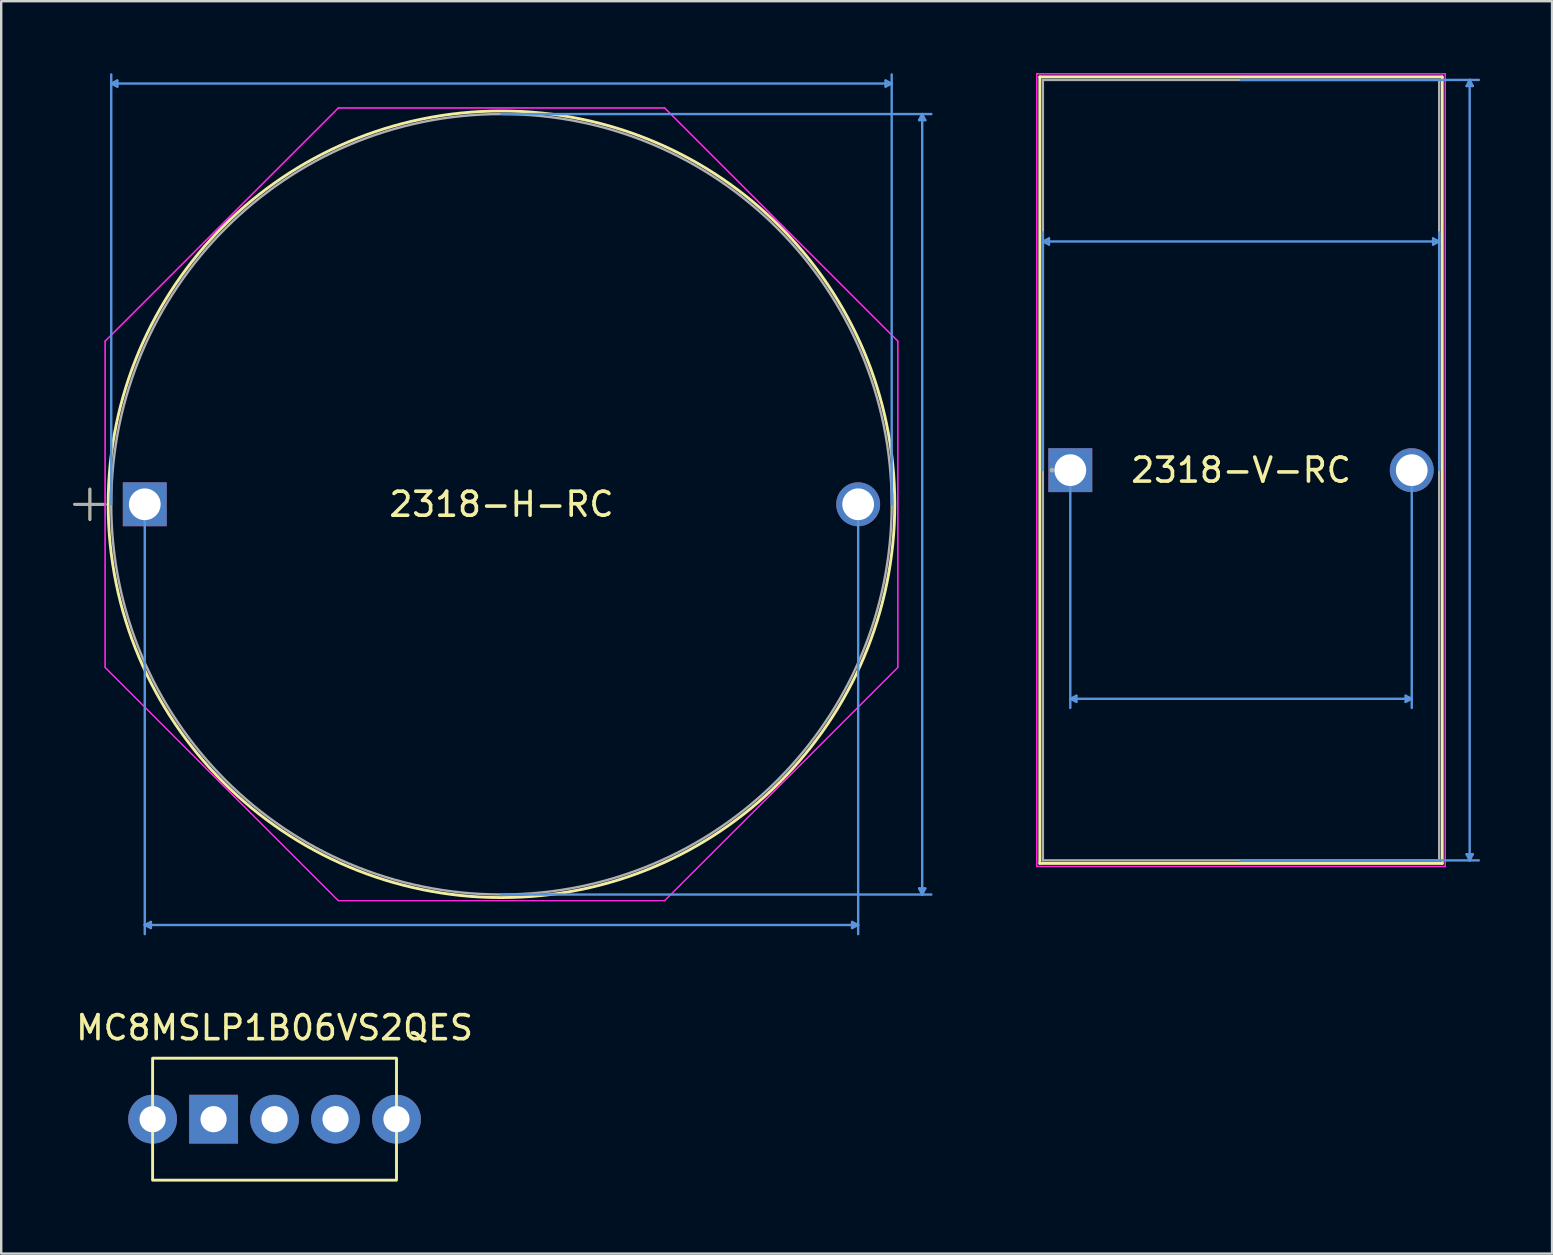
<source format=kicad_pcb>
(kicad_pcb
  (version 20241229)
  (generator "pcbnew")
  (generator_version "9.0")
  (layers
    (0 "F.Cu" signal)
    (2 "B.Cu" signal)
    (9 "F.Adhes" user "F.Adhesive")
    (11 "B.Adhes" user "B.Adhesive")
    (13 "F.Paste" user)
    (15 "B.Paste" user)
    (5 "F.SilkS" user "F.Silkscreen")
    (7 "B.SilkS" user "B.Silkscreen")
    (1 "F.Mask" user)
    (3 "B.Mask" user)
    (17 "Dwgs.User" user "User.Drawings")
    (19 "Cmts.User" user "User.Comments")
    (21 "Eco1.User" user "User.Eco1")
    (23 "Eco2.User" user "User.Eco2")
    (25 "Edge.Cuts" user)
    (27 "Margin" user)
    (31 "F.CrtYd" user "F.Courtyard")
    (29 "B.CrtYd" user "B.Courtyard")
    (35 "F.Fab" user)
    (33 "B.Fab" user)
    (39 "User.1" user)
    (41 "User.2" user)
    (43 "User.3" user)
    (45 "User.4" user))
  (footprint "2318-H-RC"
    (layer "F.Cu")
    (at 2.981 17.957)
    (property "Reference" "2318-H-RC" (at 14.859 0 0) (layer "F.SilkS") (effects (font (size 1 1) (thickness 0.15))))
    (attr through_hole)
    (fp_line (start -2.921 0) (end -1.651 0) (stroke (width 0.12) (type solid)) (layer "F.SilkS"))
    (fp_line (start -2.286 -0.635) (end -2.286 0.635) (stroke (width 0.12) (type solid)) (layer "F.SilkS"))
    (fp_circle (center 14.859 0) (end 31.242 0) (stroke (width 0.12) (type solid)) (fill no) (layer "F.SilkS"))
    (fp_line (start -1.397 -17.526) (end -1.143 -17.653) (stroke (width 0.1) (type solid)) (layer "Cmts.User"))
    (fp_line (start -1.397 -17.526) (end -1.143 -17.399) (stroke (width 0.1) (type solid)) (layer "Cmts.User"))
    (fp_line (start -1.397 -17.526) (end 31.115 -17.526) (stroke (width 0.1) (type solid)) (layer "Cmts.User"))
    (fp_line (start -1.397 0) (end -1.397 -17.907) (stroke (width 0.1) (type solid)) (layer "Cmts.User"))
    (fp_line (start -1.143 -17.653) (end -1.143 -17.399) (stroke (width 0.1) (type solid)) (layer "Cmts.User"))
    (fp_line (start 0 0) (end 0 17.907) (stroke (width 0.1) (type solid)) (layer "Cmts.User"))
    (fp_line (start 0 17.526) (end 0.254 17.399) (stroke (width 0.1) (type solid)) (layer "Cmts.User"))
    (fp_line (start 0 17.526) (end 0.254 17.653) (stroke (width 0.1) (type solid)) (layer "Cmts.User"))
    (fp_line (start 0 17.526) (end 29.718 17.526) (stroke (width 0.1) (type solid)) (layer "Cmts.User"))
    (fp_line (start 0.254 17.399) (end 0.254 17.653) (stroke (width 0.1) (type solid)) (layer "Cmts.User"))
    (fp_line (start 14.859 -16.256) (end 32.766 -16.256) (stroke (width 0.1) (type solid)) (layer "Cmts.User"))
    (fp_line (start 14.859 16.256) (end 32.766 16.256) (stroke (width 0.1) (type solid)) (layer "Cmts.User"))
    (fp_line (start 29.464 17.399) (end 29.464 17.653) (stroke (width 0.1) (type solid)) (layer "Cmts.User"))
    (fp_line (start 29.718 0) (end 29.718 17.907) (stroke (width 0.1) (type solid)) (layer "Cmts.User"))
    (fp_line (start 29.718 17.526) (end 29.464 17.399) (stroke (width 0.1) (type solid)) (layer "Cmts.User"))
    (fp_line (start 29.718 17.526) (end 29.464 17.653) (stroke (width 0.1) (type solid)) (layer "Cmts.User"))
    (fp_line (start 30.861 -17.653) (end 30.861 -17.399) (stroke (width 0.1) (type solid)) (layer "Cmts.User"))
    (fp_line (start 31.115 -17.526) (end 30.861 -17.653) (stroke (width 0.1) (type solid)) (layer "Cmts.User"))
    (fp_line (start 31.115 -17.526) (end 30.861 -17.399) (stroke (width 0.1) (type solid)) (layer "Cmts.User"))
    (fp_line (start 31.115 0) (end 31.115 -17.907) (stroke (width 0.1) (type solid)) (layer "Cmts.User"))
    (fp_line (start 32.258 -16.002) (end 32.512 -16.002) (stroke (width 0.1) (type solid)) (layer "Cmts.User"))
    (fp_line (start 32.258 16.002) (end 32.512 16.002) (stroke (width 0.1) (type solid)) (layer "Cmts.User"))
    (fp_line (start 32.385 -16.256) (end 32.258 -16.002) (stroke (width 0.1) (type solid)) (layer "Cmts.User"))
    (fp_line (start 32.385 -16.256) (end 32.385 16.256) (stroke (width 0.1) (type solid)) (layer "Cmts.User"))
    (fp_line (start 32.385 -16.256) (end 32.512 -16.002) (stroke (width 0.1) (type solid)) (layer "Cmts.User"))
    (fp_line (start 32.385 16.256) (end 32.258 16.002) (stroke (width 0.1) (type solid)) (layer "Cmts.User"))
    (fp_line (start 32.385 16.256) (end 32.512 16.002) (stroke (width 0.1) (type solid)) (layer "Cmts.User"))
    (fp_line (start -1.651 -6.798) (end 8.061 -16.51) (stroke (width 0.05) (type solid)) (layer "F.CrtYd"))
    (fp_line (start -1.651 -6.798) (end 8.061 -16.51) (stroke (width 0.05) (type solid)) (layer "F.CrtYd"))
    (fp_line (start -1.651 6.798) (end -1.651 -6.798) (stroke (width 0.05) (type solid)) (layer "F.CrtYd"))
    (fp_line (start -1.651 6.798) (end -1.651 -6.798) (stroke (width 0.05) (type solid)) (layer "F.CrtYd"))
    (fp_line (start 8.061 -16.51) (end 21.657 -16.51) (stroke (width 0.05) (type solid)) (layer "F.CrtYd"))
    (fp_line (start 8.061 -16.51) (end 21.657 -16.51) (stroke (width 0.05) (type solid)) (layer "F.CrtYd"))
    (fp_line (start 8.061 16.51) (end -1.651 6.798) (stroke (width 0.05) (type solid)) (layer "F.CrtYd"))
    (fp_line (start 8.061 16.51) (end -1.651 6.798) (stroke (width 0.05) (type solid)) (layer "F.CrtYd"))
    (fp_line (start 21.657 -16.51) (end 31.369 -6.798) (stroke (width 0.05) (type solid)) (layer "F.CrtYd"))
    (fp_line (start 21.657 -16.51) (end 31.369 -6.798) (stroke (width 0.05) (type solid)) (layer "F.CrtYd"))
    (fp_line (start 21.657 16.51) (end 8.061 16.51) (stroke (width 0.05) (type solid)) (layer "F.CrtYd"))
    (fp_line (start 21.657 16.51) (end 8.061 16.51) (stroke (width 0.05) (type solid)) (layer "F.CrtYd"))
    (fp_line (start 31.369 -6.798) (end 31.369 6.798) (stroke (width 0.05) (type solid)) (layer "F.CrtYd"))
    (fp_line (start 31.369 -6.798) (end 31.369 6.798) (stroke (width 0.05) (type solid)) (layer "F.CrtYd"))
    (fp_line (start 31.369 6.798) (end 21.657 16.51) (stroke (width 0.05) (type solid)) (layer "F.CrtYd"))
    (fp_line (start 31.369 6.798) (end 21.657 16.51) (stroke (width 0.05) (type solid)) (layer "F.CrtYd"))
    (fp_line (start -2.921 0) (end -1.651 0) (stroke (width 0.1) (type solid)) (layer "F.Fab"))
    (fp_line (start -2.286 -0.635) (end -2.286 0.635) (stroke (width 0.1) (type solid)) (layer "F.Fab"))
    (fp_circle (center 14.859 0) (end 31.115 0) (stroke (width 0.1) (type solid)) (fill no) (layer "F.Fab"))
    (fp_text user "*" (at 0 0 0) (layer "F.SilkS") (effects (font (size 1 1) (thickness 0.15))))
    (fp_text user "Copyright 2021 Accelerated Designs. All rights reserved." (at 0 0 0) (layer "Cmts.User") (effects (font (size 0.127 0.127) (thickness 0.002))))
    (fp_text user "*" (at 0 0 0) (layer "F.Fab") (effects (font (size 1 1) (thickness 0.15))))
    (pad "1" thru_hole rect (at 0 0) (size 1.829 1.829) (drill 1.321) (layers "*.Cu" "*.Mask"))
    (pad "2" thru_hole circle (at 29.718 0) (size 1.829 1.829) (drill 1.321) (layers "*.Cu" "*.Mask")))
  (footprint "2318-V-RC"
    (layer "F.Cu")
    (at 41.536 16.535)
    (property "Reference" "2318-V-RC" (at 7.112 0 0) (layer "F.SilkS") (effects (font (size 1 1) (thickness 0.15))))
    (attr through_hole)
    (fp_line (start -1.27 -16.383) (end -1.27 16.383) (stroke (width 0.12) (type solid)) (layer "F.SilkS"))
    (fp_line (start 15.494 -16.383) (end -1.27 -16.383) (stroke (width 0.12) (type solid)) (layer "F.SilkS"))
    (fp_line (start 15.494 -16.383) (end 15.494 16.383) (stroke (width 0.12) (type solid)) (layer "F.SilkS"))
    (fp_line (start 15.494 16.383) (end -1.27 16.383) (stroke (width 0.12) (type solid)) (layer "F.SilkS"))
    (fp_line (start -1.143 -9.525) (end -0.889 -9.652) (stroke (width 0.1) (type solid)) (layer "Cmts.User"))
    (fp_line (start -1.143 -9.525) (end -0.889 -9.398) (stroke (width 0.1) (type solid)) (layer "Cmts.User"))
    (fp_line (start -1.143 -9.525) (end 15.367 -9.525) (stroke (width 0.1) (type solid)) (layer "Cmts.User"))
    (fp_line (start -1.143 0) (end -1.143 -9.906) (stroke (width 0.1) (type solid)) (layer "Cmts.User"))
    (fp_line (start -0.889 -9.652) (end -0.889 -9.398) (stroke (width 0.1) (type solid)) (layer "Cmts.User"))
    (fp_line (start 0 0) (end 0 9.906) (stroke (width 0.1) (type solid)) (layer "Cmts.User"))
    (fp_line (start 0 9.525) (end 0.254 9.398) (stroke (width 0.1) (type solid)) (layer "Cmts.User"))
    (fp_line (start 0 9.525) (end 0.254 9.652) (stroke (width 0.1) (type solid)) (layer "Cmts.User"))
    (fp_line (start 0 9.525) (end 14.224 9.525) (stroke (width 0.1) (type solid)) (layer "Cmts.User"))
    (fp_line (start 0.254 9.398) (end 0.254 9.652) (stroke (width 0.1) (type solid)) (layer "Cmts.User"))
    (fp_line (start 7.112 -16.256) (end 17.018 -16.256) (stroke (width 0.1) (type solid)) (layer "Cmts.User"))
    (fp_line (start 7.112 16.256) (end 17.018 16.256) (stroke (width 0.1) (type solid)) (layer "Cmts.User"))
    (fp_line (start 13.97 9.398) (end 13.97 9.652) (stroke (width 0.1) (type solid)) (layer "Cmts.User"))
    (fp_line (start 14.224 0) (end 14.224 9.906) (stroke (width 0.1) (type solid)) (layer "Cmts.User"))
    (fp_line (start 14.224 9.525) (end 13.97 9.398) (stroke (width 0.1) (type solid)) (layer "Cmts.User"))
    (fp_line (start 14.224 9.525) (end 13.97 9.652) (stroke (width 0.1) (type solid)) (layer "Cmts.User"))
    (fp_line (start 15.113 -9.652) (end 15.113 -9.398) (stroke (width 0.1) (type solid)) (layer "Cmts.User"))
    (fp_line (start 15.367 -9.525) (end 15.113 -9.652) (stroke (width 0.1) (type solid)) (layer "Cmts.User"))
    (fp_line (start 15.367 -9.525) (end 15.113 -9.398) (stroke (width 0.1) (type solid)) (layer "Cmts.User"))
    (fp_line (start 15.367 0) (end 15.367 -9.906) (stroke (width 0.1) (type solid)) (layer "Cmts.User"))
    (fp_line (start 16.51 -16.002) (end 16.764 -16.002) (stroke (width 0.1) (type solid)) (layer "Cmts.User"))
    (fp_line (start 16.51 16.002) (end 16.764 16.002) (stroke (width 0.1) (type solid)) (layer "Cmts.User"))
    (fp_line (start 16.637 -16.256) (end 16.51 -16.002) (stroke (width 0.1) (type solid)) (layer "Cmts.User"))
    (fp_line (start 16.637 -16.256) (end 16.637 16.256) (stroke (width 0.1) (type solid)) (layer "Cmts.User"))
    (fp_line (start 16.637 -16.256) (end 16.764 -16.002) (stroke (width 0.1) (type solid)) (layer "Cmts.User"))
    (fp_line (start 16.637 16.256) (end 16.51 16.002) (stroke (width 0.1) (type solid)) (layer "Cmts.User"))
    (fp_line (start 16.637 16.256) (end 16.764 16.002) (stroke (width 0.1) (type solid)) (layer "Cmts.User"))
    (fp_line (start -1.397 -16.51) (end 15.621 -16.51) (stroke (width 0.05) (type solid)) (layer "F.CrtYd"))
    (fp_line (start -1.397 -16.51) (end 15.621 -16.51) (stroke (width 0.05) (type solid)) (layer "F.CrtYd"))
    (fp_line (start -1.397 16.51) (end -1.397 -16.51) (stroke (width 0.05) (type solid)) (layer "F.CrtYd"))
    (fp_line (start -1.397 16.51) (end -1.397 -16.51) (stroke (width 0.05) (type solid)) (layer "F.CrtYd"))
    (fp_line (start 15.621 -16.51) (end 15.621 16.51) (stroke (width 0.05) (type solid)) (layer "F.CrtYd"))
    (fp_line (start 15.621 -16.51) (end 15.621 16.51) (stroke (width 0.05) (type solid)) (layer "F.CrtYd"))
    (fp_line (start 15.621 16.51) (end -1.397 16.51) (stroke (width 0.05) (type solid)) (layer "F.CrtYd"))
    (fp_line (start 15.621 16.51) (end -1.397 16.51) (stroke (width 0.05) (type solid)) (layer "F.CrtYd"))
    (fp_line (start -1.143 -16.256) (end -1.143 16.256) (stroke (width 0.1) (type solid)) (layer "F.Fab"))
    (fp_line (start 15.367 -16.256) (end -1.143 -16.256) (stroke (width 0.1) (type solid)) (layer "F.Fab"))
    (fp_line (start 15.367 -16.256) (end 15.367 16.256) (stroke (width 0.1) (type solid)) (layer "F.Fab"))
    (fp_line (start 15.367 16.256) (end -1.143 16.256) (stroke (width 0.1) (type solid)) (layer "F.Fab"))
    (fp_circle (center -0.762 0) (end -0.762 0) (stroke (width 0.1) (type solid)) (fill no) (layer "F.Fab"))
    (fp_text user "*" (at 0 0 0) (layer "F.SilkS") (effects (font (size 1 1) (thickness 0.15))))
    (fp_text user "Copyright 2021 Accelerated Designs. All rights reserved." (at 0 0 0) (layer "Cmts.User") (effects (font (size 0.127 0.127) (thickness 0.002))))
    (fp_text user "*" (at 0 0 0) (layer "F.Fab") (effects (font (size 1 1) (thickness 0.15))))
    (pad "1" thru_hole rect (at 0 0) (size 1.829 1.829) (drill 1.321) (layers "*.Cu" "*.Mask"))
    (pad "2" thru_hole circle (at 14.224 0) (size 1.829 1.829) (drill 1.321) (layers "*.Cu" "*.Mask")))
  (footprint "MC8MSLP1B06VS2QES"
    (layer "F.Cu")
    (at 8.387 43.572)
    (property "Reference" "MC8MSLP1B06VS2QES" (at 0 -3.81 0) (unlocked yes) (layer "F.SilkS") (effects (font (size 1 1) (thickness 0.15))))
    (attr through_hole)
    (fp_rect (start -5.08 -2.54) (end 5.08 2.54) (stroke (width 0.12) (type solid)) (fill no) (layer "F.SilkS"))
    (pad "" thru_hole circle (at -5.08 0) (size 2.032 2.032) (drill 1.092) (layers "*.Cu" "*.Mask"))
    (pad "" thru_hole circle (at 5.08 0) (size 2.032 2.032) (drill 1.092) (layers "*.Cu" "*.Mask"))
    (pad "1" thru_hole rect (at -2.54 0) (size 2.032 2.032) (drill 1.092) (layers "*.Cu" "*.Mask"))
    (pad "2" thru_hole circle (at 0 0) (size 2.032 2.032) (drill 1.092) (layers "*.Cu" "*.Mask"))
    (pad "3" thru_hole circle (at 2.54 0) (size 2.032 2.032) (drill 1.092) (layers "*.Cu" "*.Mask")))
  (gr_rect
    (start -3 -3)
    (end 61.604 49.172)
    (stroke (width 0.1) (type default))
    (fill no)
    (layer "Edge.Cuts")))
</source>
